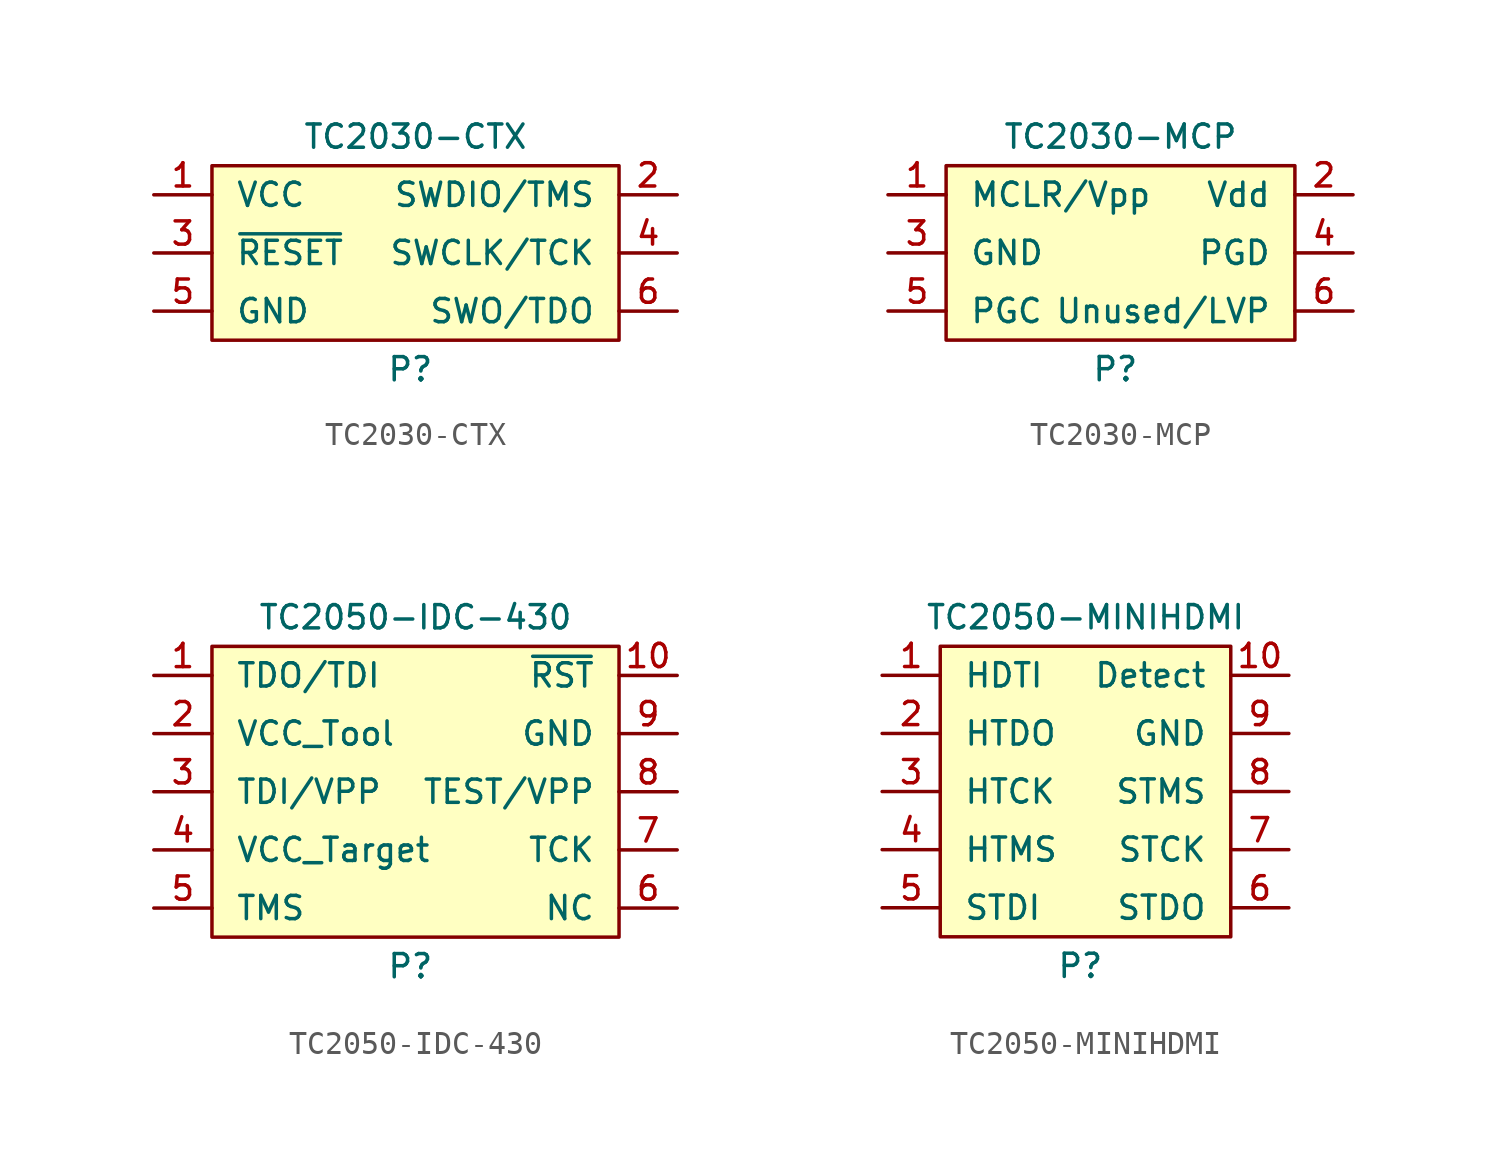
<source format=kicad_sym>
(kicad_symbol_lib
  (version 20220914)
  (generator kicad_symbol_editor)
  (symbol "TC2030-CTX"
    (pin_names
      (offset 1.016))
    (property "Reference" "P"
      (at -1.27 -5.08 0)
      (effects (font (size 1.016 1.016)) (justify left)))
    (property "Value" "TC2030-CTX"
      (at 0 5.08 0)
      (effects (font (size 1.016 1.016))))
    (symbol "TC2030-CTX_0_1"
      (rectangle (start 8.89 3.81) (end -8.89 -3.81) (stroke (width 0) (type solid)) (fill (type background))))
    (symbol "TC2030-CTX_1_1"
      (pin passive line (at -11.43 2.54 0) (length 2.54) (name "VCC" (effects (font (size 1.016 1.016)))) (number "1" (effects (font (size 1.016 1.016)))))
      (pin passive line (at 11.43 2.54 180) (length 2.54) (name "SWDIO/TMS" (effects (font (size 1.016 1.016)))) (number "2" (effects (font (size 1.016 1.016)))))
      (pin passive line (at -11.43 0 0) (length 2.54) (name "~{RESET}" (effects (font (size 1.016 1.016)))) (number "3" (effects (font (size 1.016 1.016)))))
      (pin passive line (at 11.43 0 180) (length 2.54) (name "SWCLK/TCK" (effects (font (size 1.016 1.016)))) (number "4" (effects (font (size 1.016 1.016)))))
      (pin passive line (at -11.43 -2.54 0) (length 2.54) (name "GND" (effects (font (size 1.016 1.016)))) (number "5" (effects (font (size 1.016 1.016)))))
      (pin passive line (at 11.43 -2.54 180) (length 2.54) (name "SWO/TDO" (effects (font (size 1.016 1.016)))) (number "6" (effects (font (size 1.016 1.016)))))))
  (symbol "TC2030-MCP"
    (pin_names
      (offset 1.016))
    (property "Reference" "P"
      (at -1.27 -5.08 0)
      (effects (font (size 1.016 1.016)) (justify left)))
    (property "Value" "TC2030-MCP"
      (at 0 5.08 0)
      (effects (font (size 1.016 1.016))))
    (symbol "TC2030-MCP_0_1"
      (rectangle (start 7.62 3.81) (end -7.62 -3.81) (stroke (width 0) (type solid)) (fill (type background))))
    (symbol "TC2030-MCP_1_1"
      (pin passive line (at -10.16 2.54 0) (length 2.54) (name "MCLR/Vpp" (effects (font (size 1.016 1.016)))) (number "1" (effects (font (size 1.016 1.016)))))
      (pin passive line (at 10.16 2.54 180) (length 2.54) (name "Vdd" (effects (font (size 1.016 1.016)))) (number "2" (effects (font (size 1.016 1.016)))))
      (pin passive line (at -10.16 0 0) (length 2.54) (name "GND" (effects (font (size 1.016 1.016)))) (number "3" (effects (font (size 1.016 1.016)))))
      (pin passive line (at 10.16 0 180) (length 2.54) (name "PGD" (effects (font (size 1.016 1.016)))) (number "4" (effects (font (size 1.016 1.016)))))
      (pin passive line (at -10.16 -2.54 0) (length 2.54) (name "PGC" (effects (font (size 1.016 1.016)))) (number "5" (effects (font (size 1.016 1.016)))))
      (pin passive line (at 10.16 -2.54 180) (length 2.54) (name "Unused/LVP" (effects (font (size 1.016 1.016)))) (number "6" (effects (font (size 1.016 1.016)))))))
  (symbol "TC2050-IDC-430"
    (pin_names
      (offset 1.016))
    (property "Reference" "P"
      (at -1.27 -7.62 0)
      (effects (font (size 1.016 1.016)) (justify left)))
    (property "Value" "TC2050-IDC-430"
      (at 0 7.62 0)
      (effects (font (size 1.016 1.016))))
    (symbol "TC2050-IDC-430_0_1"
      (rectangle (start 8.89 6.35) (end -8.89 -6.35) (stroke (width 0) (type solid)) (fill (type background))))
    (symbol "TC2050-IDC-430_1_1"
      (pin passive line (at -11.43 5.08 0) (length 2.54) (name "TDO/TDI" (effects (font (size 1.016 1.016)))) (number "1" (effects (font (size 1.016 1.016)))))
      (pin passive line (at 11.43 5.08 180) (length 2.54) (name "~{RST}" (effects (font (size 1.016 1.016)))) (number "10" (effects (font (size 1.016 1.016)))))
      (pin passive line (at -11.43 2.54 0) (length 2.54) (name "VCC_Tool" (effects (font (size 1.016 1.016)))) (number "2" (effects (font (size 1.016 1.016)))))
      (pin passive line (at -11.43 0 0) (length 2.54) (name "TDI/VPP" (effects (font (size 1.016 1.016)))) (number "3" (effects (font (size 1.016 1.016)))))
      (pin passive line (at -11.43 -2.54 0) (length 2.54) (name "VCC_Target" (effects (font (size 1.016 1.016)))) (number "4" (effects (font (size 1.016 1.016)))))
      (pin passive line (at -11.43 -5.08 0) (length 2.54) (name "TMS" (effects (font (size 1.016 1.016)))) (number "5" (effects (font (size 1.016 1.016)))))
      (pin passive line (at 11.43 -5.08 180) (length 2.54) (name "NC" (effects (font (size 1.016 1.016)))) (number "6" (effects (font (size 1.016 1.016)))))
      (pin passive line (at 11.43 -2.54 180) (length 2.54) (name "TCK" (effects (font (size 1.016 1.016)))) (number "7" (effects (font (size 1.016 1.016)))))
      (pin passive line (at 11.43 0 180) (length 2.54) (name "TEST/VPP" (effects (font (size 1.016 1.016)))) (number "8" (effects (font (size 1.016 1.016)))))
      (pin passive line (at 11.43 2.54 180) (length 2.54) (name "GND" (effects (font (size 1.016 1.016)))) (number "9" (effects (font (size 1.016 1.016)))))))
  (symbol "TC2050-MINIHDMI"
    (pin_names
      (offset 1.016))
    (property "Reference" "P"
      (at -1.27 -7.62 0)
      (effects (font (size 1.016 1.016)) (justify left)))
    (property "Value" "TC2050-MINIHDMI"
      (at 0 7.62 0)
      (effects (font (size 1.016 1.016))))
    (symbol "TC2050-MINIHDMI_0_1"
      (rectangle (start 6.35 6.35) (end -6.35 -6.35) (stroke (width 0) (type solid)) (fill (type background))))
    (symbol "TC2050-MINIHDMI_1_1"
      (pin passive line (at -8.89 5.08 0) (length 2.54) (name "HDTI" (effects (font (size 1.016 1.016)))) (number "1" (effects (font (size 1.016 1.016)))))
      (pin passive line (at 8.89 5.08 180) (length 2.54) (name "Detect" (effects (font (size 1.016 1.016)))) (number "10" (effects (font (size 1.016 1.016)))))
      (pin passive line (at -8.89 2.54 0) (length 2.54) (name "HTDO" (effects (font (size 1.016 1.016)))) (number "2" (effects (font (size 1.016 1.016)))))
      (pin passive line (at -8.89 0 0) (length 2.54) (name "HTCK" (effects (font (size 1.016 1.016)))) (number "3" (effects (font (size 1.016 1.016)))))
      (pin passive line (at -8.89 -2.54 0) (length 2.54) (name "HTMS" (effects (font (size 1.016 1.016)))) (number "4" (effects (font (size 1.016 1.016)))))
      (pin passive line (at -8.89 -5.08 0) (length 2.54) (name "STDI" (effects (font (size 1.016 1.016)))) (number "5" (effects (font (size 1.016 1.016)))))
      (pin passive line (at 8.89 -5.08 180) (length 2.54) (name "STDO" (effects (font (size 1.016 1.016)))) (number "6" (effects (font (size 1.016 1.016)))))
      (pin passive line (at 8.89 -2.54 180) (length 2.54) (name "STCK" (effects (font (size 1.016 1.016)))) (number "7" (effects (font (size 1.016 1.016)))))
      (pin passive line (at 8.89 0 180) (length 2.54) (name "STMS" (effects (font (size 1.016 1.016)))) (number "8" (effects (font (size 1.016 1.016)))))
      (pin passive line (at 8.89 2.54 180) (length 2.54) (name "GND" (effects (font (size 1.016 1.016)))) (number "9" (effects (font (size 1.016 1.016))))))))
</source>
